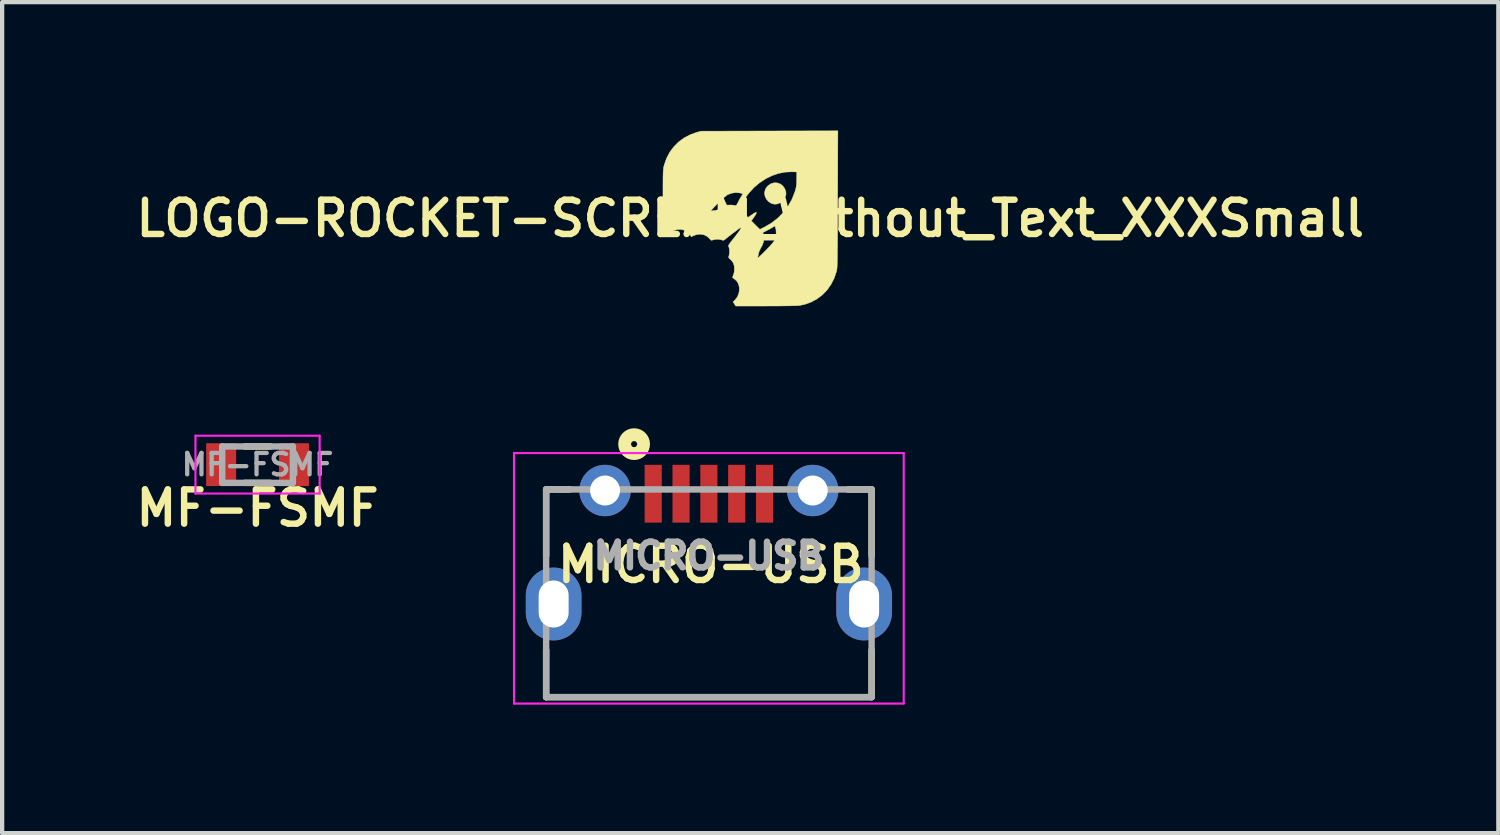
<source format=kicad_pcb>
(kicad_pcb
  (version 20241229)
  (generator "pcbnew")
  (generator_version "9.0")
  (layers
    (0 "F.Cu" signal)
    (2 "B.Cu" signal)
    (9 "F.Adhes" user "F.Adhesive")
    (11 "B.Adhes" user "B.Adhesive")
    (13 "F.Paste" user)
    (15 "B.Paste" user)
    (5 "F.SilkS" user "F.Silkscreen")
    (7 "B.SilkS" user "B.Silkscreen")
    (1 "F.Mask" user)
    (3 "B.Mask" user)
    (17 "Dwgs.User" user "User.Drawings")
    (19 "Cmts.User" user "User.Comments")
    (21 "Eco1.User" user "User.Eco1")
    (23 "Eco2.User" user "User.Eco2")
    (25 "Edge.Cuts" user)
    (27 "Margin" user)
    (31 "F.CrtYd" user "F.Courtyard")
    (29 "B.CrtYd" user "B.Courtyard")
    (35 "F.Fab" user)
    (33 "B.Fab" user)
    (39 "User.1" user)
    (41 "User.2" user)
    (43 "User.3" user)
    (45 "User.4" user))
  (footprint "LOGO-ROCKET-SCREAM_Without_Text_XXXSmall"
    (layer "F.Cu")
    (at 14.469 2.051)
    (property "Reference" "LOGO-ROCKET-SCREAM_Without_Text_XXXSmall" (at 0 0 0) (layer "F.SilkS") (effects (font (size 0.8 0.8) (thickness 0.15))))
    (attr through_hole)
    (fp_poly (pts (xy 0.63 -0.83) (xy 0.697 -0.807) (xy 0.756 -0.765) (xy 0.802 -0.703) (xy 0.805 -0.696) (xy 0.831 -0.628) (xy 0.836 -0.566) (xy 0.819 -0.502) (xy 0.803 -0.469) (xy 0.775 -0.423) (xy 0.743 -0.391) (xy 0.7 -0.366) (xy 0.63 -0.338) (xy 0.565 -0.333) (xy 0.499 -0.349) (xy 0.489 -0.354) (xy 0.427 -0.394) (xy 0.379 -0.449) (xy 0.347 -0.513) (xy 0.334 -0.581) (xy 0.337 -0.621) (xy 0.357 -0.688) (xy 0.395 -0.744) (xy 0.425 -0.772) (xy 0.489 -0.814) (xy 0.559 -0.833) (xy 0.63 -0.83)) (stroke (width 0.01) (type solid)) (fill yes) (layer "F.SilkS"))
    (fp_poly (pts (xy 2.041 -0.448) (xy 2.041 -0.212) (xy 2.04 -0.000273) (xy 2.039 0.189) (xy 2.039 0.357) (xy 2.038 0.505) (xy 2.037 0.634) (xy 2.036 0.747) (xy 2.035 0.843) (xy 2.034 0.925) (xy 2.033 0.994) (xy 2.031 1.051) (xy 2.03 1.097) (xy 2.028 1.135) (xy 2.026 1.165) (xy 2.023 1.189) (xy 2.02 1.208) (xy 2.017 1.223) (xy 2.015 1.232) (xy 1.961 1.393) (xy 1.887 1.539) (xy 1.795 1.67) (xy 1.686 1.783) (xy 1.562 1.877) (xy 1.425 1.952) (xy 1.274 2.006) (xy 1.156 2.031) (xy 1.125 2.034) (xy 1.071 2.037) (xy 0.995 2.039) (xy 0.9 2.041) (xy 0.788 2.042) (xy 0.66 2.044) (xy 0.519 2.044) (xy 0.367 2.045) (xy -0.338 2.045) (xy -0.401 1.949) (xy -0.358 1.906) (xy -0.306 1.841) (xy -0.272 1.766) (xy -0.255 1.687) (xy -0.256 1.608) (xy -0.274 1.534) (xy -0.309 1.47) (xy -0.354 1.426) (xy -0.384 1.404) (xy -0.406 1.387) (xy -0.41 1.384) (xy -0.411 1.369) (xy -0.402 1.339) (xy -0.394 1.32) (xy -0.375 1.255) (xy -0.369 1.18) (xy -0.375 1.106) (xy -0.392 1.047) (xy -0.418 1.006) (xy -0.452 0.966) (xy -0.463 0.956) (xy -0.491 0.932) (xy -0.498 0.921) (xy 0.171 0.921) (xy 0.175 0.923) (xy 0.193 0.91) (xy 0.223 0.883) (xy 0.262 0.847) (xy 0.307 0.803) (xy 0.356 0.754) (xy 0.405 0.703) (xy 0.452 0.654) (xy 0.493 0.608) (xy 0.527 0.569) (xy 0.551 0.539) (xy 0.56 0.525) (xy 0.591 0.439) (xy 0.605 0.348) (xy 0.601 0.262) (xy 0.598 0.248) (xy 0.588 0.21) (xy 0.579 0.185) (xy 0.574 0.178) (xy 0.559 0.184) (xy 0.532 0.201) (xy 0.527 0.204) (xy 0.498 0.222) (xy 0.454 0.247) (xy 0.404 0.273) (xy 0.391 0.28) (xy 0.294 0.33) (xy 0.306 0.371) (xy 0.319 0.462) (xy 0.308 0.554) (xy 0.273 0.644) (xy 0.249 0.684) (xy 0.211 0.759) (xy 0.193 0.821) (xy 0.184 0.866) (xy 0.176 0.904) (xy 0.171 0.921) (xy -0.498 0.921) (xy -0.503 0.913) (xy -0.502 0.89) (xy -0.496 0.868) (xy -0.485 0.804) (xy -0.485 0.738) (xy -0.495 0.681) (xy -0.5 0.667) (xy -0.506 0.65) (xy -0.507 0.634) (xy -0.5 0.615) (xy -0.483 0.589) (xy -0.454 0.55) (xy -0.426 0.514) (xy -0.354 0.424) (xy -0.294 0.345) (xy -0.278 0.324) (xy 0.267 0.324) (xy 0.273 0.33) (xy 0.279 0.324) (xy 0.273 0.318) (xy 0.267 0.324) (xy -0.278 0.324) (xy -0.245 0.28) (xy -0.209 0.231) (xy -0.188 0.198) (xy -0.181 0.183) (xy -0.181 0.183) (xy -0.192 0.188) (xy -0.22 0.207) (xy -0.261 0.236) (xy -0.311 0.273) (xy -0.367 0.316) (xy -0.426 0.36) (xy -0.484 0.405) (xy -0.538 0.447) (xy -0.582 0.483) (xy -0.61 0.504) (xy -0.632 0.51) (xy -0.659 0.505) (xy -0.671 0.5) (xy -0.748 0.485) (xy -0.828 0.49) (xy -0.866 0.5) (xy -0.894 0.509) (xy -0.913 0.508) (xy -0.931 0.494) (xy -0.953 0.467) (xy -1.011 0.415) (xy -1.081 0.382) (xy -1.16 0.368) (xy -1.242 0.374) (xy -1.314 0.398) (xy -1.377 0.427) (xy -1.415 0.37) (xy -1.468 0.314) (xy -1.534 0.276) (xy -1.609 0.257) (xy -1.689 0.257) (xy -1.769 0.276) (xy -1.845 0.314) (xy -1.886 0.346) (xy -1.945 0.398) (xy -1.992 0.371) (xy -2.038 0.344) (xy -2.038 -0.171) (xy -0.918 -0.171) (xy -0.914 -0.171) (xy -0.883 -0.178) (xy -0.839 -0.184) (xy -0.819 -0.187) (xy -0.759 -0.201) (xy -0.709 -0.23) (xy -0.241 -0.23) (xy -0.233 -0.213) (xy -0.209 -0.183) (xy -0.175 -0.146) (xy -0.147 -0.117) (xy -0.052 -0.024) (xy 0.04 -0.088) (xy 0.092 -0.123) (xy 0.126 -0.14) (xy 0.143 -0.139) (xy 0.141 -0.12) (xy 0.121 -0.083) (xy 0.09 -0.036) (xy 0.025 0.056) (xy 0.123 0.155) (xy 0.163 0.195) (xy 0.196 0.227) (xy 0.218 0.248) (xy 0.225 0.254) (xy 0.238 0.249) (xy 0.267 0.234) (xy 0.31 0.213) (xy 0.341 0.198) (xy 0.501 0.103) (xy 0.646 -0.01) (xy 0.774 -0.141) (xy 0.884 -0.287) (xy 0.974 -0.447) (xy 1.041 -0.618) (xy 1.049 -0.641) (xy 1.064 -0.696) (xy 1.074 -0.746) (xy 1.08 -0.798) (xy 1.083 -0.86) (xy 1.084 -0.921) (xy 1.086 -1.086) (xy 0.969 -1.089) (xy 0.814 -1.082) (xy 0.658 -1.051) (xy 0.504 -0.998) (xy 0.356 -0.924) (xy 0.215 -0.831) (xy 0.085 -0.721) (xy -0.031 -0.594) (xy -0.054 -0.565) (xy -0.095 -0.508) (xy -0.135 -0.446) (xy -0.173 -0.383) (xy -0.204 -0.325) (xy -0.228 -0.275) (xy -0.24 -0.24) (xy -0.241 -0.23) (xy -0.709 -0.23) (xy -0.703 -0.234) (xy -0.7 -0.236) (xy -0.616 -0.286) (xy -0.525 -0.312) (xy -0.44 -0.314) (xy -0.395 -0.309) (xy -0.359 -0.304) (xy -0.343 -0.3) (xy -0.329 -0.304) (xy -0.311 -0.327) (xy -0.287 -0.371) (xy -0.283 -0.379) (xy -0.258 -0.43) (xy -0.231 -0.478) (xy -0.21 -0.513) (xy -0.19 -0.544) (xy -0.179 -0.566) (xy -0.178 -0.571) (xy -0.189 -0.58) (xy -0.218 -0.59) (xy -0.249 -0.597) (xy -0.341 -0.604) (xy -0.435 -0.59) (xy -0.525 -0.556) (xy -0.532 -0.552) (xy -0.558 -0.534) (xy -0.594 -0.505) (xy -0.638 -0.467) (xy -0.686 -0.422) (xy -0.736 -0.374) (xy -0.785 -0.325) (xy -0.83 -0.279) (xy -0.869 -0.237) (xy -0.898 -0.204) (xy -0.916 -0.18) (xy -0.918 -0.171) (xy -2.038 -0.171) (xy -2.038 -0.396) (xy -2.038 -0.552) (xy -2.038 -0.685) (xy -2.038 -0.797) (xy -2.037 -0.89) (xy -2.037 -0.966) (xy -2.035 -1.028) (xy -2.034 -1.078) (xy -2.031 -1.118) (xy -2.029 -1.15) (xy -2.025 -1.177) (xy -2.021 -1.2) (xy -2.016 -1.222) (xy -2.01 -1.245) (xy -1.956 -1.401) (xy -1.881 -1.545) (xy -1.786 -1.673) (xy -1.674 -1.786) (xy -1.544 -1.881) (xy -1.4 -1.957) (xy -1.251 -2.01) (xy -1.149 -2.038) (xy 0.448 -2.042) (xy 2.046 -2.046) (xy 2.041 -0.448)) (stroke (width 0.01) (type solid)) (fill yes) (layer "F.SilkS")))
  (footprint "MICRO-USB"
    (layer "F.Cu")
    (at 13.503 9.929)
    (property "Reference" "MICRO-USB" (at 0.045 0.202 0) (layer "F.SilkS") (effects (font (size 0.8 0.8) (thickness 0.15))))
    (attr smd)
    (fp_line (start -3.8 -1.55) (end -3.25 -1.55) (stroke (width 0.15) (type solid)) (layer "F.SilkS"))
    (fp_line (start -3.8 0) (end -3.8 -1.55) (stroke (width 0.15) (type solid)) (layer "F.SilkS"))
    (fp_line (start -3.8 3.3) (end -3.8 2.2) (stroke (width 0.15) (type solid)) (layer "F.SilkS"))
    (fp_line (start -3.8 3.3) (end 3.8 3.3) (stroke (width 0.15) (type solid)) (layer "F.SilkS"))
    (fp_line (start 3.8 0) (end 3.8 -1.55) (stroke (width 0.15) (type solid)) (layer "F.SilkS"))
    (fp_line (start 3.8 2.2) (end 3.8 3.3) (stroke (width 0.15) (type solid)) (layer "F.SilkS"))
    (fp_line (start 3.8 -1.55) (end 3.25 -1.55) (stroke (width 0.15) (type solid)) (layer "F.SilkS"))
    (fp_circle (center -1.746 -2.608) (end -1.796 -2.658) (stroke (width 0.3) (type solid)) (fill no) (layer "F.SilkS"))
    (fp_line (start -4.55 -2.4) (end -4.55 3.45) (stroke (width 0.05) (type solid)) (layer "F.CrtYd"))
    (fp_line (start -4.55 3.45) (end 4.55 3.45) (stroke (width 0.05) (type solid)) (layer "F.CrtYd"))
    (fp_line (start 4.55 -2.4) (end -4.55 -2.4) (stroke (width 0.05) (type solid)) (layer "F.CrtYd"))
    (fp_line (start 4.55 3.45) (end 4.55 -2.4) (stroke (width 0.05) (type solid)) (layer "F.CrtYd"))
    (fp_line (start -3.8 -1.55) (end 3.8 -1.55) (stroke (width 0.15) (type solid)) (layer "F.Fab"))
    (fp_line (start -3.8 3.3) (end -3.8 -1.55) (stroke (width 0.15) (type solid)) (layer "F.Fab"))
    (fp_line (start -3.8 3.3) (end 3.8 3.3) (stroke (width 0.15) (type solid)) (layer "F.Fab"))
    (fp_line (start 3.8 3.3) (end 3.8 -1.55) (stroke (width 0.15) (type solid)) (layer "F.Fab"))
    (fp_text user "${REFERENCE}" (at 0 0 0) (layer "F.Fab") (effects (font (size 0.6 0.6) (thickness 0.15))))
    (pad "1" smd rect (at -1.3 -1.45) (size 0.4 1.35) (layers "F.Cu" "F.Mask" "F.Paste"))
    (pad "2" smd rect (at -0.65 -1.45) (size 0.4 1.35) (layers "F.Cu" "F.Mask" "F.Paste"))
    (pad "3" smd rect (at 0 -1.45) (size 0.4 1.35) (layers "F.Cu" "F.Mask" "F.Paste"))
    (pad "4" smd rect (at 0.65 -1.45) (size 0.4 1.35) (layers "F.Cu" "F.Mask" "F.Paste"))
    (pad "5" smd rect (at 1.3 -1.45) (size 0.4 1.35) (layers "F.Cu" "F.Mask" "F.Paste"))
    (pad "6" thru_hole circle (at -2.425 -1.525) (size 1.2 1.2) (drill 0.7) (layers "*.Cu" "*.Mask" "F.Paste"))
    (pad "7" thru_hole circle (at 2.425 -1.525) (size 1.2 1.2) (drill 0.7) (layers "*.Cu" "*.Mask" "F.Paste"))
    (pad "8" thru_hole oval (at -3.625 1.125) (size 1.3 1.7) (drill oval 0.7 1.1) (layers "*.Cu" "*.Mask" "F.Paste"))
    (pad "9" thru_hole oval (at 3.625 1.125) (size 1.3 1.7) (drill oval 0.7 1.1) (layers "*.Cu" "*.Mask" "F.Paste")))
  (footprint "MF-FSMF"
    (layer "F.Cu")
    (at 2.964 7.8)
    (property "Reference" "MF-FSMF" (at 0 1.016 180) (layer "F.SilkS") (effects (font (size 0.8 0.8) (thickness 0.15))))
    (attr through_hole)
    (fp_line (start -0.3 -0.425) (end 0.3 -0.425) (stroke (width 0.15) (type solid)) (layer "F.SilkS"))
    (fp_line (start -0.3 0.425) (end 0.3 0.425) (stroke (width 0.15) (type solid)) (layer "F.SilkS"))
    (fp_line (start -1.45 -0.675) (end 1.45 -0.675) (stroke (width 0.05) (type solid)) (layer "F.CrtYd"))
    (fp_line (start -1.45 0.675) (end -1.45 -0.675) (stroke (width 0.05) (type solid)) (layer "F.CrtYd"))
    (fp_line (start 1.45 -0.675) (end 1.45 0.675) (stroke (width 0.05) (type solid)) (layer "F.CrtYd"))
    (fp_line (start 1.45 0.675) (end -1.45 0.675) (stroke (width 0.05) (type solid)) (layer "F.CrtYd"))
    (fp_line (start -0.825 -0.425) (end -0.825 0.425) (stroke (width 0.15) (type solid)) (layer "F.Fab"))
    (fp_line (start -0.825 -0.425) (end 0.825 -0.425) (stroke (width 0.15) (type solid)) (layer "F.Fab"))
    (fp_line (start -0.825 0.425) (end 0.825 0.425) (stroke (width 0.15) (type solid)) (layer "F.Fab"))
    (fp_line (start 0.825 -0.425) (end 0.825 0.425) (stroke (width 0.15) (type solid)) (layer "F.Fab"))
    (fp_text user "${REFERENCE}" (at 0 0 0) (layer "F.Fab") (effects (font (size 0.5 0.5) (thickness 0.1))))
    (pad "1" smd rect (at -0.85 0) (size 0.7 1) (layers "F.Cu" "F.Mask" "F.Paste"))
    (pad "2" smd rect (at 0.85 0) (size 0.7 1) (layers "F.Cu" "F.Mask" "F.Paste")))
  (gr_rect
    (start -3 -3)
    (end 31.938 16.404)
    (stroke (width 0.1) (type default))
    (fill no)
    (layer "Edge.Cuts")))
</source>
